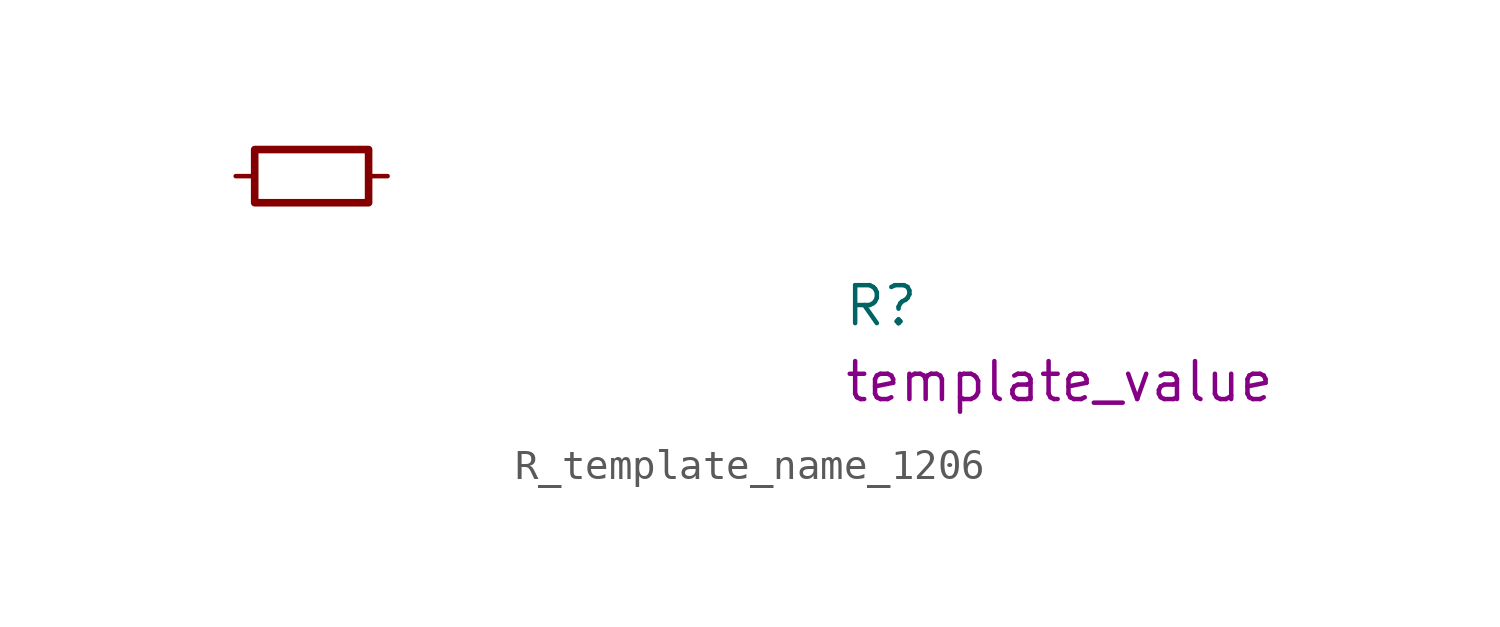
<source format=kicad_sym>
(kicad_symbol_lib
  (version 20220914)
  (generator kicad_symbol_editor)
  (symbol "R_template_name_1206"
    (pin_numbers hide)
    (pin_names hide)
    (property "Reference" "R"
      (at 20.32 -5.08 0)
      (effects (font (size 1.27 1.27) (thickness 0.15)) (justify left bottom)))
    (property "Val" "template_value"
      (at 20.32 -7.62 0)
      (effects (font (size 1.27 1.27) (thickness 0.15)) (justify left bottom)))
    (symbol "R_template_name_1206_0_1"
      (rectangle (start 0.635 0.889) (end 4.445 -0.889) (stroke (width 0.254) (type default)) (fill (type none))))
    (symbol "R_template_name_1206_1_1"
      (pin passive line (at 0 0 0) (length 0.635) (name "~" (effects (font (size 1.27 1.27)))) (number "1" (effects (font (size 1.27 1.27)))))
      (pin passive line (at 5.08 0 180) (length 0.635) (name "~" (effects (font (size 1.27 1.27)))) (number "2" (effects (font (size 1.27 1.27))))))))
</source>
